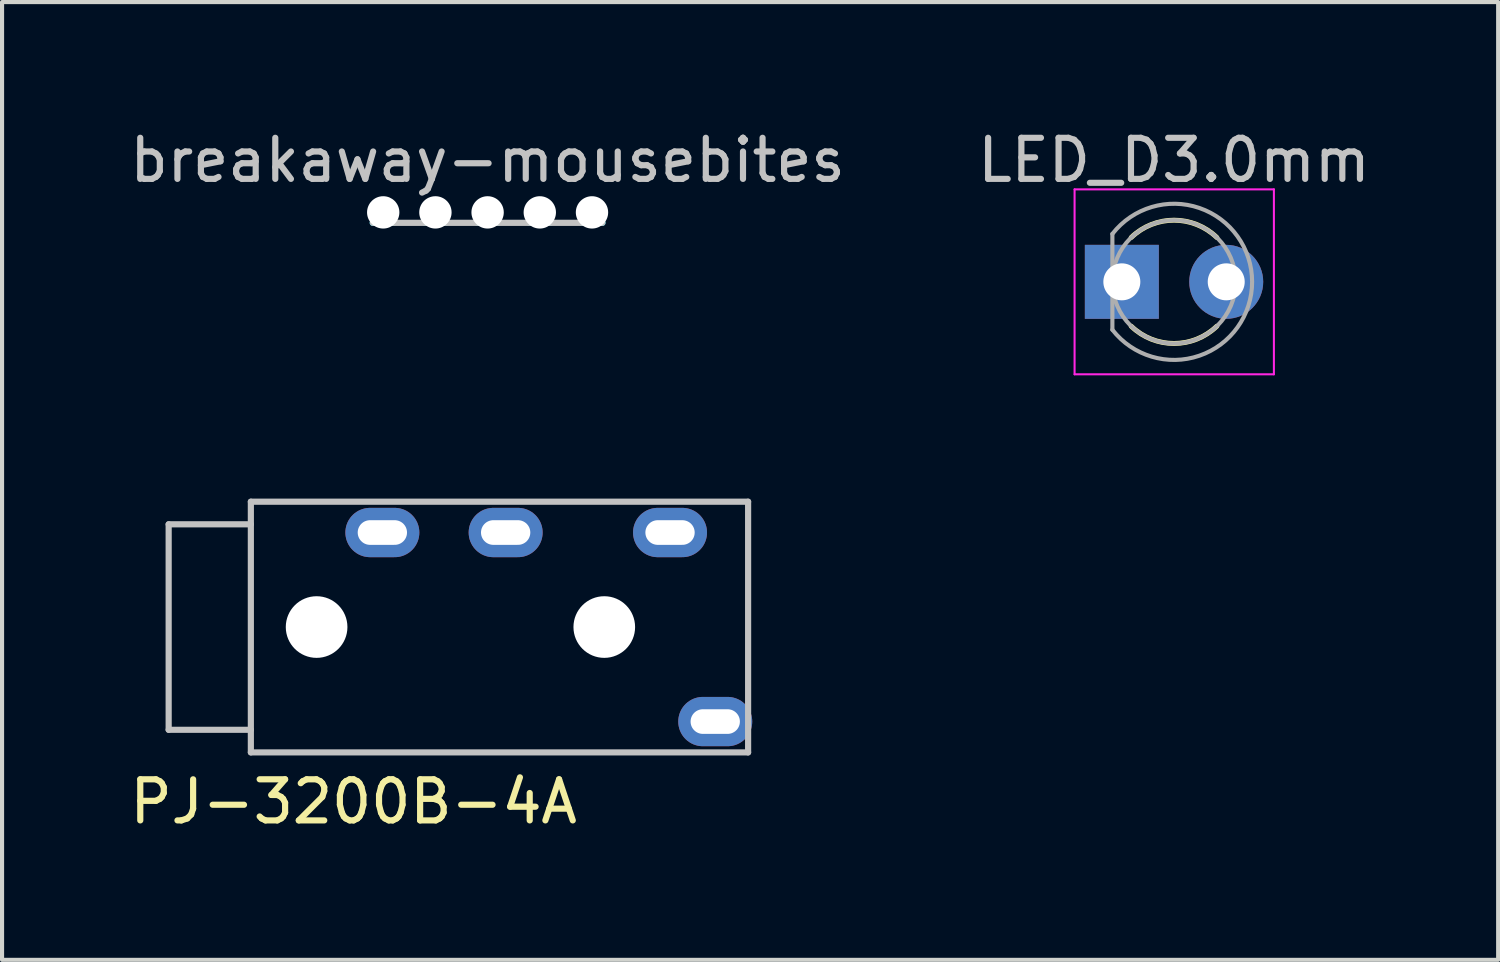
<source format=kicad_pcb>
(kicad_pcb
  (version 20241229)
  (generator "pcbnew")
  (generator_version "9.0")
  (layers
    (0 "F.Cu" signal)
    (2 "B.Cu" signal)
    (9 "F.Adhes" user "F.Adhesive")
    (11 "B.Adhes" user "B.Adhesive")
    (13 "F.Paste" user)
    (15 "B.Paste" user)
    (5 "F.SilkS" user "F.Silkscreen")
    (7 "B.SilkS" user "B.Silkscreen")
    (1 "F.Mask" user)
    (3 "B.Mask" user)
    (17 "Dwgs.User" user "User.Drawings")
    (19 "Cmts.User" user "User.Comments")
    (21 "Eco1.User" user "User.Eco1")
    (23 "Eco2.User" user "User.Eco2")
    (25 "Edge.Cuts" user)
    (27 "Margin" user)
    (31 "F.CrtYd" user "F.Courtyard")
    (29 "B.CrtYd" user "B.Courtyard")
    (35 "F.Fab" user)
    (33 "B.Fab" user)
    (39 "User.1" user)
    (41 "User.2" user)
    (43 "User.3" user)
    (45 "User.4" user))
  (footprint "breakaway-mousebites"
    (layer "F.Cu")
    (at 8.815 2.372)
    (property "Reference" "breakaway-mousebites" (at 0 -1.524 0) (layer "Dwgs.User") (effects (font (size 1 1) (thickness 0.15))))
    (attr through_hole)
    (fp_line (start -2.794 0) (end 2.794 0) (stroke (width 0.15) (type solid)) (layer "Dwgs.User"))
    (fp_line (start -2.286 0) (end -2.794 0) (stroke (width 0.15) (type solid)) (layer "B.CrtYd"))
    (fp_line (start -1.016 0) (end -1.524 0) (stroke (width 0.15) (type solid)) (layer "B.CrtYd"))
    (fp_line (start 0.254 0) (end -0.254 0) (stroke (width 0.15) (type solid)) (layer "B.CrtYd"))
    (fp_line (start 1.016 0) (end 1.524 0) (stroke (width 0.15) (type solid)) (layer "B.CrtYd"))
    (fp_line (start 2.286 0) (end 2.794 0) (stroke (width 0.15) (type solid)) (layer "B.CrtYd"))
    (pad "" np_thru_hole circle (at -2.54 -0.254) (size 0.787 0.787) (drill 0.787) (layers "*.Cu" "*.Mask"))
    (pad "" np_thru_hole circle (at -1.27 -0.254) (size 0.787 0.787) (drill 0.787) (layers "*.Cu" "*.Mask"))
    (pad "" np_thru_hole circle (at 0 -0.254) (size 0.787 0.787) (drill 0.787) (layers "*.Cu" "*.Mask"))
    (pad "" np_thru_hole circle (at 1.27 -0.254) (size 0.787 0.787) (drill 0.787) (layers "*.Cu" "*.Mask"))
    (pad "" np_thru_hole circle (at 2.54 -0.254) (size 0.787 0.787) (drill 0.787) (layers "*.Cu" "*.Mask")))
  (footprint "PJ-3200B-4A"
    (layer "F.Cu")
    (at 3.054 12.208)
    (property "Reference" "PJ-3200B-4A" (at 2.5 4.25 0) (layer "F.SilkS") (effects (font (size 1 1) (thickness 0.15))))
    (attr through_hole)
    (fp_line (start -2 2.5) (end -2 -2.5) (stroke (width 0.15) (type solid)) (layer "Dwgs.User"))
    (fp_line (start 0 -3.05) (end 0 3.05) (stroke (width 0.15) (type solid)) (layer "Dwgs.User"))
    (fp_line (start 0 -3.05) (end 12.1 -3.05) (stroke (width 0.15) (type solid)) (layer "Dwgs.User"))
    (fp_line (start 0 -2.5) (end -2 -2.5) (stroke (width 0.15) (type solid)) (layer "Dwgs.User"))
    (fp_line (start 0 2.5) (end -2 2.5) (stroke (width 0.15) (type solid)) (layer "Dwgs.User"))
    (fp_line (start 0 3.05) (end 12.1 3.05) (stroke (width 0.15) (type solid)) (layer "Dwgs.User"))
    (fp_line (start 12.1 -3.05) (end 12.1 3.05) (stroke (width 0.15) (type solid)) (layer "Dwgs.User"))
    (pad "" np_thru_hole circle (at 1.6 0) (size 1.5 1.5) (drill 1.5) (layers "*.Cu" "*.Mask"))
    (pad "" np_thru_hole circle (at 8.6 0) (size 1.5 1.5) (drill 1.5) (layers "*.Cu" "*.Mask"))
    (pad "1" thru_hole oval (at 3.2 -2.3) (size 1.8 1.2) (drill oval 1.2 0.6) (layers "*.Cu" "*.Mask"))
    (pad "2" thru_hole oval (at 6.2 -2.3) (size 1.8 1.2) (drill oval 1.2 0.6) (layers "*.Cu" "*.Mask"))
    (pad "3" thru_hole oval (at 10.2 -2.3) (size 1.8 1.2) (drill oval 1.2 0.6) (layers "*.Cu" "*.Mask"))
    (pad "4" thru_hole oval (at 11.3 2.3) (size 1.8 1.2) (drill oval 1.2 0.6) (layers "*.Cu" "*.Mask")))
  (footprint "LED_D3.0mm"
    (layer "F.Cu")
    (at 25.518 3.808)
    (property "Reference" "LED_D3.0mm" (at 0 -2.96 0) (layer "Dwgs.User") (effects (font (size 1 1) (thickness 0.15))))
    (attr through_hole)
    (fp_arc (start -1.040961 -1.08) (mid 0.000117 -1.5) (end 1.04113 -1.079837) (stroke (width 0.12) (type solid)) (layer "F.SilkS"))
    (fp_arc (start 1.04113 1.079837) (mid 0.000117 1.5) (end -1.040961 1.08) (stroke (width 0.12) (type solid)) (layer "F.SilkS"))
    (fp_line (start -2.42 -2.25) (end -2.42 2.25) (stroke (width 0.05) (type solid)) (layer "F.CrtYd"))
    (fp_line (start -2.42 2.25) (end 2.43 2.25) (stroke (width 0.05) (type solid)) (layer "F.CrtYd"))
    (fp_line (start 2.43 -2.25) (end -2.42 -2.25) (stroke (width 0.05) (type solid)) (layer "F.CrtYd"))
    (fp_line (start 2.43 2.25) (end 2.43 -2.25) (stroke (width 0.05) (type solid)) (layer "F.CrtYd"))
    (fp_line (start -1.5 -1.166) (end -1.5 1.166) (stroke (width 0.1) (type solid)) (layer "F.Fab"))
    (fp_arc (start -1.5 -1.16619) (mid 1.9 0.000452) (end -1.500555 1.165476) (stroke (width 0.1) (type solid)) (layer "F.Fab"))
    (fp_circle (center 0 0) (end 1.5 0) (stroke (width 0.1) (type solid)) (fill no) (layer "F.Fab"))
    (pad "1" thru_hole rect (at -1.27 0) (size 1.8 1.8) (drill 0.9) (layers "*.Cu" "*.Mask"))
    (pad "2" thru_hole circle (at 1.27 0) (size 1.8 1.8) (drill 0.9) (layers "*.Cu" "*.Mask")))
  (gr_rect
    (start -3 -3)
    (end 33.405 20.306)
    (stroke (width 0.1) (type default))
    (fill no)
    (layer "Edge.Cuts")))
</source>
